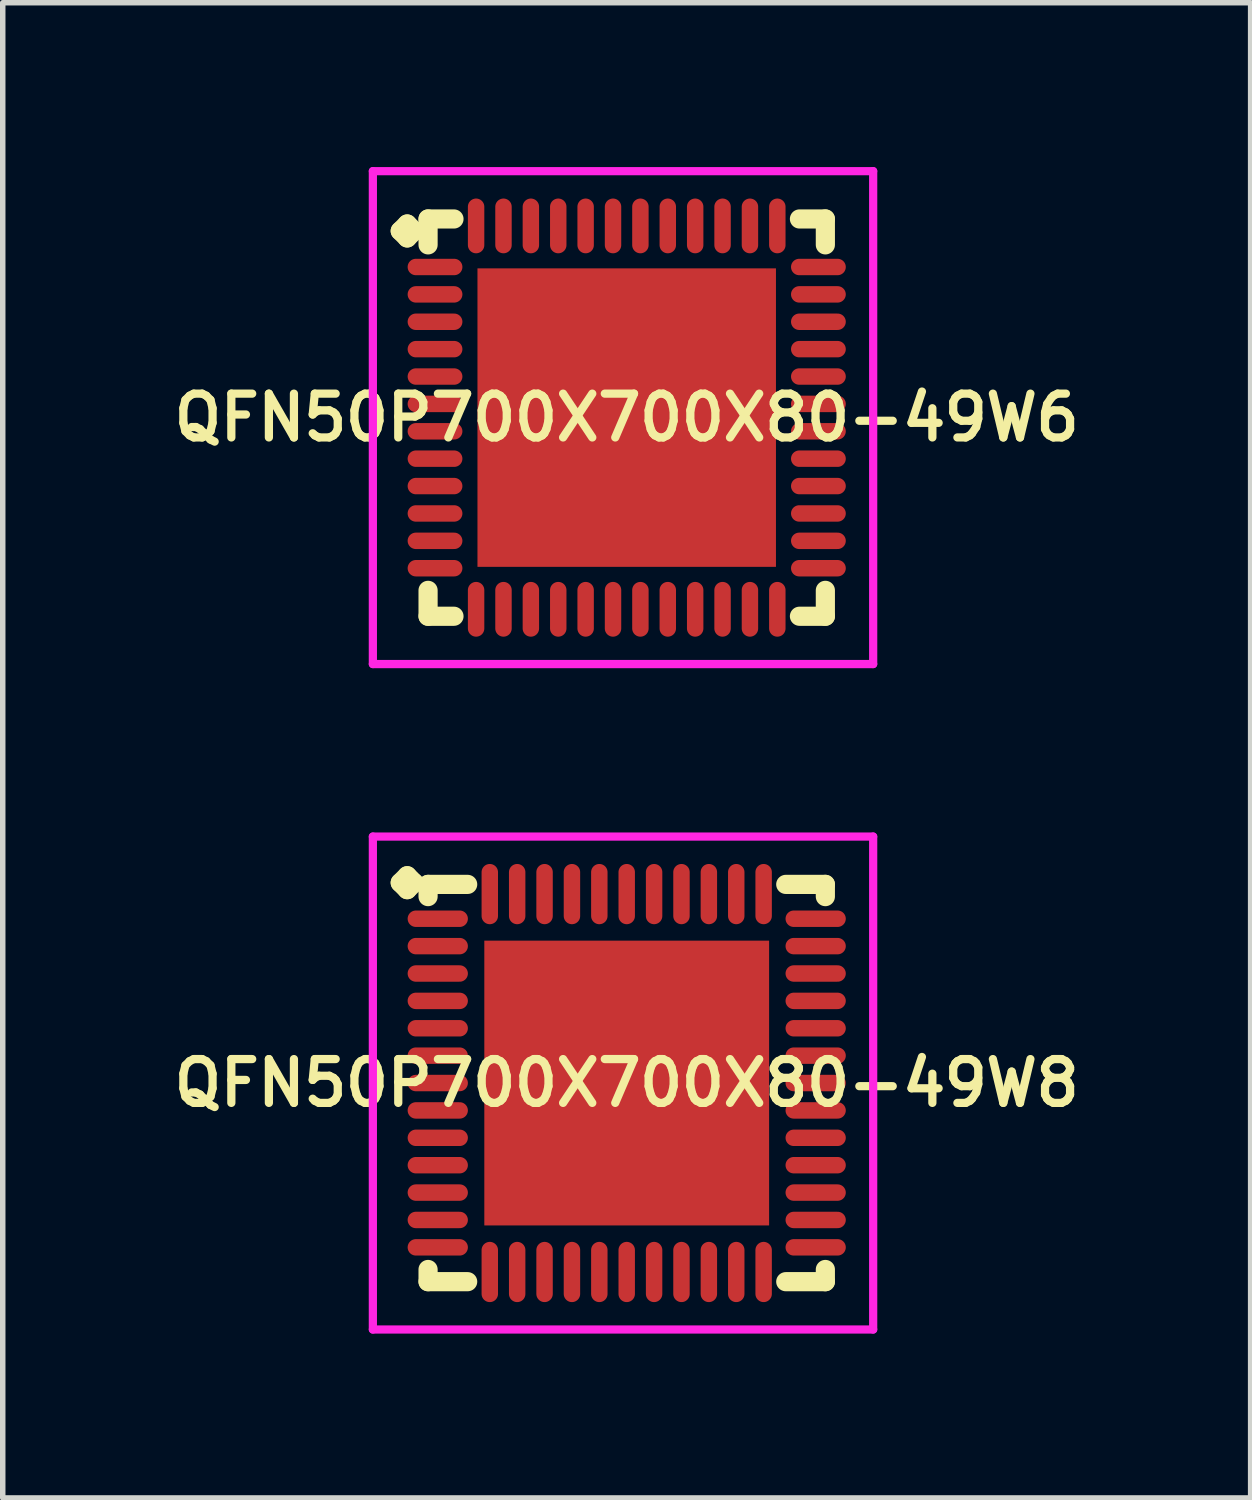
<source format=kicad_pcb>
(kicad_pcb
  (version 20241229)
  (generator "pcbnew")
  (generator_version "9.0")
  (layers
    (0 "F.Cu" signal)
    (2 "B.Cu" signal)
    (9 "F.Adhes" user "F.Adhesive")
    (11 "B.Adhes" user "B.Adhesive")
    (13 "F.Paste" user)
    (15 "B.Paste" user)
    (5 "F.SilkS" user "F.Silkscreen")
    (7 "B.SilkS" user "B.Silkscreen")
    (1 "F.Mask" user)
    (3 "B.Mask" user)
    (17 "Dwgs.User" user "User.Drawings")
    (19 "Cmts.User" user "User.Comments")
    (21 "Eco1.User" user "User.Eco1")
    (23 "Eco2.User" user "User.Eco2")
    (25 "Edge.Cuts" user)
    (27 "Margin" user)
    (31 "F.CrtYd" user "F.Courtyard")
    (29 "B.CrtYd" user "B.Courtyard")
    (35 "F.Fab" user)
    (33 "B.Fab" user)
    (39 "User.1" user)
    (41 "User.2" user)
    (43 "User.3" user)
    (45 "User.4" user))
  (footprint "QFN50P700X700X80-49W6"
    (layer "F.Cu")
    (at 8.393 4.575)
    (property "Reference" "QFN50P700X700X80-49W6" (at 0 0 0) (layer "F.SilkS") (effects (font (size 0.8 0.8) (thickness 0.15))))
    (attr smd)
    (fp_line (start -4.135 -3.408) (end -4.008 -3.535) (stroke (width 0.35) (type solid)) (layer "F.SilkS"))
    (fp_line (start -4.008 -3.535) (end -3.881 -3.408) (stroke (width 0.35) (type solid)) (layer "F.SilkS"))
    (fp_line (start -4.008 -3.281) (end -4.135 -3.408) (stroke (width 0.35) (type solid)) (layer "F.SilkS"))
    (fp_line (start -3.881 -3.408) (end -4.008 -3.281) (stroke (width 0.35) (type solid)) (layer "F.SilkS"))
    (fp_line (start -3.627 -3.627) (end -3.154 -3.627) (stroke (width 0.35) (type solid)) (layer "F.SilkS"))
    (fp_line (start -3.627 -3.154) (end -3.627 -3.627) (stroke (width 0.35) (type solid)) (layer "F.SilkS"))
    (fp_line (start -3.627 3.154) (end -3.627 3.627) (stroke (width 0.35) (type solid)) (layer "F.SilkS"))
    (fp_line (start -3.627 3.627) (end -3.154 3.627) (stroke (width 0.35) (type solid)) (layer "F.SilkS"))
    (fp_line (start 3.154 -3.627) (end 3.627 -3.627) (stroke (width 0.35) (type solid)) (layer "F.SilkS"))
    (fp_line (start 3.154 3.627) (end 3.627 3.627) (stroke (width 0.35) (type solid)) (layer "F.SilkS"))
    (fp_line (start 3.627 -3.627) (end 3.627 -3.154) (stroke (width 0.35) (type solid)) (layer "F.SilkS"))
    (fp_line (start 3.627 3.627) (end 3.627 3.154) (stroke (width 0.35) (type solid)) (layer "F.SilkS"))
    (fp_line (start -4.635 -4.5) (end 4.5 -4.5) (stroke (width 0.15) (type solid)) (layer "F.CrtYd"))
    (fp_line (start -4.635 4.5) (end -4.635 -4.5) (stroke (width 0.15) (type solid)) (layer "F.CrtYd"))
    (fp_line (start 4.5 -4.5) (end 4.5 4.5) (stroke (width 0.15) (type solid)) (layer "F.CrtYd"))
    (fp_line (start 4.5 4.5) (end -4.635 4.5) (stroke (width 0.15) (type solid)) (layer "F.CrtYd"))
    (pad "1" smd oval (at -3.5 -2.75) (size 1 0.3) (layers "F.Cu" "F.Mask" "F.Paste"))
    (pad "2" smd oval (at -3.5 -2.25) (size 1 0.3) (layers "F.Cu" "F.Mask" "F.Paste"))
    (pad "3" smd oval (at -3.5 -1.75) (size 1 0.3) (layers "F.Cu" "F.Mask" "F.Paste"))
    (pad "4" smd oval (at -3.5 -1.25) (size 1 0.3) (layers "F.Cu" "F.Mask" "F.Paste"))
    (pad "5" smd oval (at -3.5 -0.75) (size 1 0.3) (layers "F.Cu" "F.Mask" "F.Paste"))
    (pad "6" smd oval (at -3.5 -0.25) (size 1 0.3) (layers "F.Cu" "F.Mask" "F.Paste"))
    (pad "7" smd oval (at -3.5 0.25) (size 1 0.3) (layers "F.Cu" "F.Mask" "F.Paste"))
    (pad "8" smd oval (at -3.5 0.75) (size 1 0.3) (layers "F.Cu" "F.Mask" "F.Paste"))
    (pad "9" smd oval (at -3.5 1.25) (size 1 0.3) (layers "F.Cu" "F.Mask" "F.Paste"))
    (pad "10" smd oval (at -3.5 1.75) (size 1 0.3) (layers "F.Cu" "F.Mask" "F.Paste"))
    (pad "11" smd oval (at -3.5 2.25) (size 1 0.3) (layers "F.Cu" "F.Mask" "F.Paste"))
    (pad "12" smd oval (at -3.5 2.75) (size 1 0.3) (layers "F.Cu" "F.Mask" "F.Paste"))
    (pad "13" smd oval (at -2.75 3.5) (size 0.3 1) (layers "F.Cu" "F.Mask" "F.Paste"))
    (pad "14" smd oval (at -2.25 3.5) (size 0.3 1) (layers "F.Cu" "F.Mask" "F.Paste"))
    (pad "15" smd oval (at -1.75 3.5) (size 0.3 1) (layers "F.Cu" "F.Mask" "F.Paste"))
    (pad "16" smd oval (at -1.25 3.5) (size 0.3 1) (layers "F.Cu" "F.Mask" "F.Paste"))
    (pad "17" smd oval (at -0.75 3.5) (size 0.3 1) (layers "F.Cu" "F.Mask" "F.Paste"))
    (pad "18" smd oval (at -0.25 3.5) (size 0.3 1) (layers "F.Cu" "F.Mask" "F.Paste"))
    (pad "19" smd oval (at 0.25 3.5) (size 0.3 1) (layers "F.Cu" "F.Mask" "F.Paste"))
    (pad "20" smd oval (at 0.75 3.5) (size 0.3 1) (layers "F.Cu" "F.Mask" "F.Paste"))
    (pad "21" smd oval (at 1.25 3.5) (size 0.3 1) (layers "F.Cu" "F.Mask" "F.Paste"))
    (pad "22" smd oval (at 1.75 3.5) (size 0.3 1) (layers "F.Cu" "F.Mask" "F.Paste"))
    (pad "23" smd oval (at 2.25 3.5) (size 0.3 1) (layers "F.Cu" "F.Mask" "F.Paste"))
    (pad "24" smd oval (at 2.75 3.5) (size 0.3 1) (layers "F.Cu" "F.Mask" "F.Paste"))
    (pad "25" smd oval (at 3.5 2.75) (size 1 0.3) (layers "F.Cu" "F.Mask" "F.Paste"))
    (pad "26" smd oval (at 3.5 2.25) (size 1 0.3) (layers "F.Cu" "F.Mask" "F.Paste"))
    (pad "27" smd oval (at 3.5 1.75) (size 1 0.3) (layers "F.Cu" "F.Mask" "F.Paste"))
    (pad "28" smd oval (at 3.5 1.25) (size 1 0.3) (layers "F.Cu" "F.Mask" "F.Paste"))
    (pad "29" smd oval (at 3.5 0.75) (size 1 0.3) (layers "F.Cu" "F.Mask" "F.Paste"))
    (pad "30" smd oval (at 3.5 0.25) (size 1 0.3) (layers "F.Cu" "F.Mask" "F.Paste"))
    (pad "31" smd oval (at 3.5 -0.25) (size 1 0.3) (layers "F.Cu" "F.Mask" "F.Paste"))
    (pad "32" smd oval (at 3.5 -0.75) (size 1 0.3) (layers "F.Cu" "F.Mask" "F.Paste"))
    (pad "33" smd oval (at 3.5 -1.25) (size 1 0.3) (layers "F.Cu" "F.Mask" "F.Paste"))
    (pad "34" smd oval (at 3.5 -1.75) (size 1 0.3) (layers "F.Cu" "F.Mask" "F.Paste"))
    (pad "35" smd oval (at 3.5 -2.25) (size 1 0.3) (layers "F.Cu" "F.Mask" "F.Paste"))
    (pad "36" smd oval (at 3.5 -2.75) (size 1 0.3) (layers "F.Cu" "F.Mask" "F.Paste"))
    (pad "37" smd oval (at 2.75 -3.5) (size 0.3 1) (layers "F.Cu" "F.Mask" "F.Paste"))
    (pad "38" smd oval (at 2.25 -3.5) (size 0.3 1) (layers "F.Cu" "F.Mask" "F.Paste"))
    (pad "39" smd oval (at 1.75 -3.5) (size 0.3 1) (layers "F.Cu" "F.Mask" "F.Paste"))
    (pad "40" smd oval (at 1.25 -3.5) (size 0.3 1) (layers "F.Cu" "F.Mask" "F.Paste"))
    (pad "41" smd oval (at 0.75 -3.5) (size 0.3 1) (layers "F.Cu" "F.Mask" "F.Paste"))
    (pad "42" smd oval (at 0.25 -3.5) (size 0.3 1) (layers "F.Cu" "F.Mask" "F.Paste"))
    (pad "43" smd oval (at -0.25 -3.5) (size 0.3 1) (layers "F.Cu" "F.Mask" "F.Paste"))
    (pad "44" smd oval (at -0.75 -3.5) (size 0.3 1) (layers "F.Cu" "F.Mask" "F.Paste"))
    (pad "45" smd oval (at -1.25 -3.5) (size 0.3 1) (layers "F.Cu" "F.Mask" "F.Paste"))
    (pad "46" smd oval (at -1.75 -3.5) (size 0.3 1) (layers "F.Cu" "F.Mask" "F.Paste"))
    (pad "47" smd oval (at -2.25 -3.5) (size 0.3 1) (layers "F.Cu" "F.Mask" "F.Paste"))
    (pad "48" smd oval (at -2.75 -3.5) (size 0.3 1) (layers "F.Cu" "F.Mask" "F.Paste"))
    (pad "49" smd rect (at 0 0) (size 5.45 5.45) (layers "F.Cu" "F.Mask" "F.Paste")))
  (footprint "QFN50P700X700X80-49W8"
    (layer "F.Cu")
    (at 8.393 16.725)
    (property "Reference" "QFN50P700X700X80-49W8" (at 0 0 0) (layer "F.SilkS") (effects (font (size 0.8 0.8) (thickness 0.15))))
    (attr smd)
    (fp_line (start -4.135 -3.658) (end -4.008 -3.785) (stroke (width 0.35) (type solid)) (layer "F.SilkS"))
    (fp_line (start -4.008 -3.785) (end -3.881 -3.658) (stroke (width 0.35) (type solid)) (layer "F.SilkS"))
    (fp_line (start -4.008 -3.531) (end -4.135 -3.658) (stroke (width 0.35) (type solid)) (layer "F.SilkS"))
    (fp_line (start -3.881 -3.658) (end -4.008 -3.531) (stroke (width 0.35) (type solid)) (layer "F.SilkS"))
    (fp_line (start -3.627 -3.627) (end -2.904 -3.627) (stroke (width 0.35) (type solid)) (layer "F.SilkS"))
    (fp_line (start -3.627 -3.404) (end -3.627 -3.627) (stroke (width 0.35) (type solid)) (layer "F.SilkS"))
    (fp_line (start -3.627 3.404) (end -3.627 3.627) (stroke (width 0.35) (type solid)) (layer "F.SilkS"))
    (fp_line (start -3.627 3.627) (end -2.904 3.627) (stroke (width 0.35) (type solid)) (layer "F.SilkS"))
    (fp_line (start 2.904 -3.627) (end 3.627 -3.627) (stroke (width 0.35) (type solid)) (layer "F.SilkS"))
    (fp_line (start 2.904 3.627) (end 3.627 3.627) (stroke (width 0.35) (type solid)) (layer "F.SilkS"))
    (fp_line (start 3.627 -3.627) (end 3.627 -3.404) (stroke (width 0.35) (type solid)) (layer "F.SilkS"))
    (fp_line (start 3.627 3.627) (end 3.627 3.404) (stroke (width 0.35) (type solid)) (layer "F.SilkS"))
    (fp_line (start -4.635 -4.5) (end 4.5 -4.5) (stroke (width 0.15) (type solid)) (layer "F.CrtYd"))
    (fp_line (start -4.635 4.5) (end -4.635 -4.5) (stroke (width 0.15) (type solid)) (layer "F.CrtYd"))
    (fp_line (start 4.5 -4.5) (end 4.5 4.5) (stroke (width 0.15) (type solid)) (layer "F.CrtYd"))
    (fp_line (start 4.5 4.5) (end -4.635 4.5) (stroke (width 0.15) (type solid)) (layer "F.CrtYd"))
    (pad "1" smd oval (at -3.45 -3) (size 1.1 0.3) (layers "F.Cu" "F.Mask" "F.Paste"))
    (pad "2" smd oval (at -3.45 -2.5) (size 1.1 0.3) (layers "F.Cu" "F.Mask" "F.Paste"))
    (pad "3" smd oval (at -3.45 -2) (size 1.1 0.3) (layers "F.Cu" "F.Mask" "F.Paste"))
    (pad "4" smd oval (at -3.45 -1.5) (size 1.1 0.3) (layers "F.Cu" "F.Mask" "F.Paste"))
    (pad "5" smd oval (at -3.45 -1) (size 1.1 0.3) (layers "F.Cu" "F.Mask" "F.Paste"))
    (pad "6" smd oval (at -3.45 -0.5) (size 1.1 0.3) (layers "F.Cu" "F.Mask" "F.Paste"))
    (pad "7" smd oval (at -3.45 0) (size 1.1 0.3) (layers "F.Cu" "F.Mask" "F.Paste"))
    (pad "8" smd oval (at -3.45 0.5) (size 1.1 0.3) (layers "F.Cu" "F.Mask" "F.Paste"))
    (pad "9" smd oval (at -3.45 1) (size 1.1 0.3) (layers "F.Cu" "F.Mask" "F.Paste"))
    (pad "10" smd oval (at -3.45 1.5) (size 1.1 0.3) (layers "F.Cu" "F.Mask" "F.Paste"))
    (pad "11" smd oval (at -3.45 2) (size 1.1 0.3) (layers "F.Cu" "F.Mask" "F.Paste"))
    (pad "12" smd oval (at -3.45 2.5) (size 1.1 0.3) (layers "F.Cu" "F.Mask" "F.Paste"))
    (pad "13" smd oval (at -3.45 3) (size 1.1 0.3) (layers "F.Cu" "F.Mask" "F.Paste"))
    (pad "14" smd oval (at -2.5 3.45) (size 0.3 1.1) (layers "F.Cu" "F.Mask" "F.Paste"))
    (pad "15" smd oval (at -2 3.45) (size 0.3 1.1) (layers "F.Cu" "F.Mask" "F.Paste"))
    (pad "16" smd oval (at -1.5 3.45) (size 0.3 1.1) (layers "F.Cu" "F.Mask" "F.Paste"))
    (pad "17" smd oval (at -1 3.45) (size 0.3 1.1) (layers "F.Cu" "F.Mask" "F.Paste"))
    (pad "18" smd oval (at -0.5 3.45) (size 0.3 1.1) (layers "F.Cu" "F.Mask" "F.Paste"))
    (pad "19" smd oval (at 0 3.45) (size 0.3 1.1) (layers "F.Cu" "F.Mask" "F.Paste"))
    (pad "20" smd oval (at 0.5 3.45) (size 0.3 1.1) (layers "F.Cu" "F.Mask" "F.Paste"))
    (pad "21" smd oval (at 1 3.45) (size 0.3 1.1) (layers "F.Cu" "F.Mask" "F.Paste"))
    (pad "22" smd oval (at 1.5 3.45) (size 0.3 1.1) (layers "F.Cu" "F.Mask" "F.Paste"))
    (pad "23" smd oval (at 2 3.45) (size 0.3 1.1) (layers "F.Cu" "F.Mask" "F.Paste"))
    (pad "24" smd oval (at 2.5 3.45) (size 0.3 1.1) (layers "F.Cu" "F.Mask" "F.Paste"))
    (pad "25" smd oval (at 3.45 3) (size 1.1 0.3) (layers "F.Cu" "F.Mask" "F.Paste"))
    (pad "26" smd oval (at 3.45 2.5) (size 1.1 0.3) (layers "F.Cu" "F.Mask" "F.Paste"))
    (pad "27" smd oval (at 3.45 2) (size 1.1 0.3) (layers "F.Cu" "F.Mask" "F.Paste"))
    (pad "28" smd oval (at 3.45 1.5) (size 1.1 0.3) (layers "F.Cu" "F.Mask" "F.Paste"))
    (pad "29" smd oval (at 3.45 1) (size 1.1 0.3) (layers "F.Cu" "F.Mask" "F.Paste"))
    (pad "30" smd oval (at 3.45 0.5) (size 1.1 0.3) (layers "F.Cu" "F.Mask" "F.Paste"))
    (pad "31" smd oval (at 3.45 0) (size 1.1 0.3) (layers "F.Cu" "F.Mask" "F.Paste"))
    (pad "32" smd oval (at 3.45 -0.5) (size 1.1 0.3) (layers "F.Cu" "F.Mask" "F.Paste"))
    (pad "33" smd oval (at 3.45 -1) (size 1.1 0.3) (layers "F.Cu" "F.Mask" "F.Paste"))
    (pad "34" smd oval (at 3.45 -1.5) (size 1.1 0.3) (layers "F.Cu" "F.Mask" "F.Paste"))
    (pad "35" smd oval (at 3.45 -2) (size 1.1 0.3) (layers "F.Cu" "F.Mask" "F.Paste"))
    (pad "36" smd oval (at 3.45 -2.5) (size 1.1 0.3) (layers "F.Cu" "F.Mask" "F.Paste"))
    (pad "37" smd oval (at 3.45 -3) (size 1.1 0.3) (layers "F.Cu" "F.Mask" "F.Paste"))
    (pad "38" smd oval (at 2.5 -3.45) (size 0.3 1.1) (layers "F.Cu" "F.Mask" "F.Paste"))
    (pad "39" smd oval (at 2 -3.45) (size 0.3 1.1) (layers "F.Cu" "F.Mask" "F.Paste"))
    (pad "40" smd oval (at 1.5 -3.45) (size 0.3 1.1) (layers "F.Cu" "F.Mask" "F.Paste"))
    (pad "41" smd oval (at 1 -3.45) (size 0.3 1.1) (layers "F.Cu" "F.Mask" "F.Paste"))
    (pad "42" smd oval (at 0.5 -3.45) (size 0.3 1.1) (layers "F.Cu" "F.Mask" "F.Paste"))
    (pad "43" smd oval (at 0 -3.45) (size 0.3 1.1) (layers "F.Cu" "F.Mask" "F.Paste"))
    (pad "44" smd oval (at -0.5 -3.45) (size 0.3 1.1) (layers "F.Cu" "F.Mask" "F.Paste"))
    (pad "45" smd oval (at -1 -3.45) (size 0.3 1.1) (layers "F.Cu" "F.Mask" "F.Paste"))
    (pad "46" smd oval (at -1.5 -3.45) (size 0.3 1.1) (layers "F.Cu" "F.Mask" "F.Paste"))
    (pad "47" smd oval (at -2 -3.45) (size 0.3 1.1) (layers "F.Cu" "F.Mask" "F.Paste"))
    (pad "48" smd oval (at -2.5 -3.45) (size 0.3 1.1) (layers "F.Cu" "F.Mask" "F.Paste"))
    (pad "49" smd rect (at 0 0) (size 5.2 5.2) (layers "F.Cu" "F.Mask" "F.Paste")))
  (gr_rect
    (start -3 -3)
    (end 19.785 24.3)
    (stroke (width 0.1) (type default))
    (fill no)
    (layer "Edge.Cuts")))
</source>
